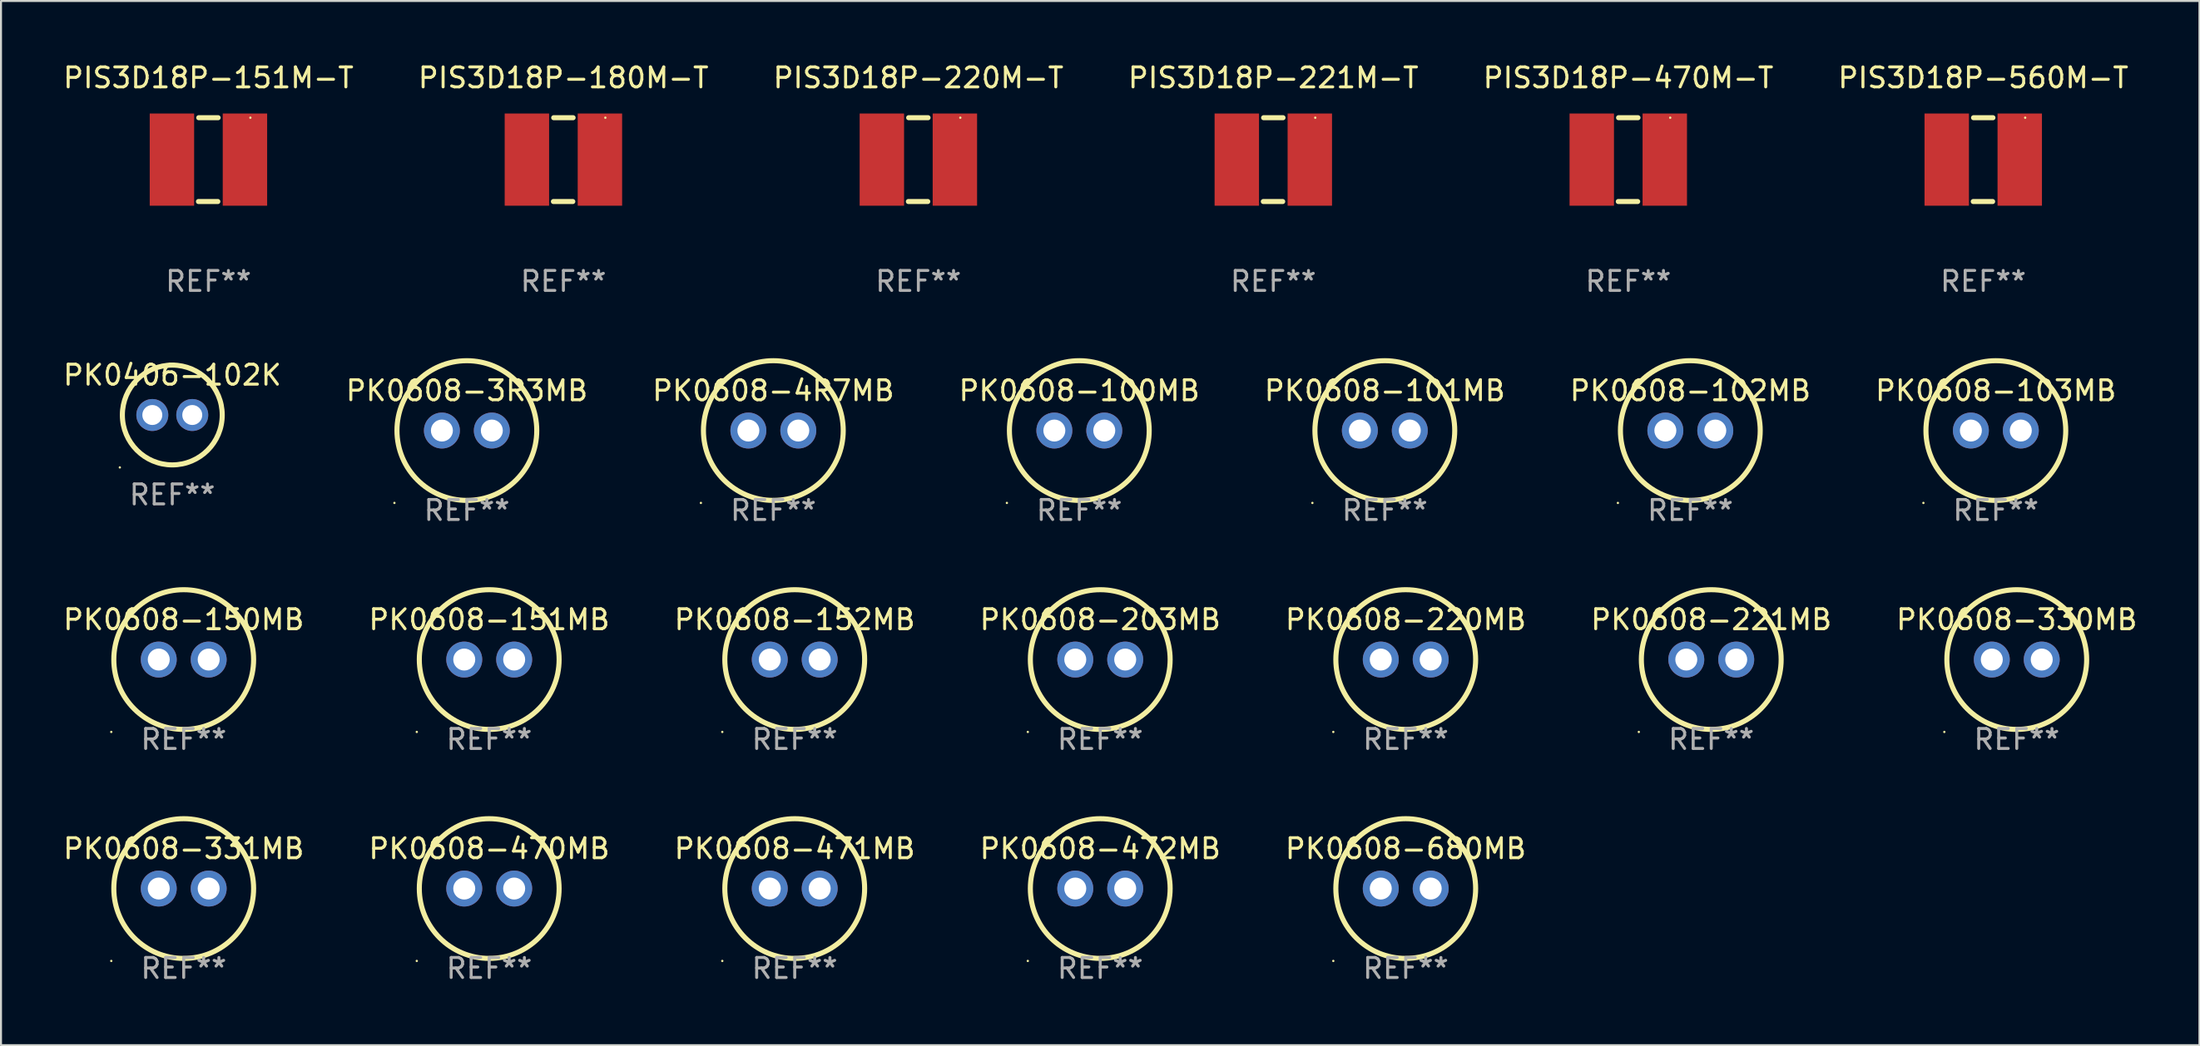
<source format=kicad_pcb>
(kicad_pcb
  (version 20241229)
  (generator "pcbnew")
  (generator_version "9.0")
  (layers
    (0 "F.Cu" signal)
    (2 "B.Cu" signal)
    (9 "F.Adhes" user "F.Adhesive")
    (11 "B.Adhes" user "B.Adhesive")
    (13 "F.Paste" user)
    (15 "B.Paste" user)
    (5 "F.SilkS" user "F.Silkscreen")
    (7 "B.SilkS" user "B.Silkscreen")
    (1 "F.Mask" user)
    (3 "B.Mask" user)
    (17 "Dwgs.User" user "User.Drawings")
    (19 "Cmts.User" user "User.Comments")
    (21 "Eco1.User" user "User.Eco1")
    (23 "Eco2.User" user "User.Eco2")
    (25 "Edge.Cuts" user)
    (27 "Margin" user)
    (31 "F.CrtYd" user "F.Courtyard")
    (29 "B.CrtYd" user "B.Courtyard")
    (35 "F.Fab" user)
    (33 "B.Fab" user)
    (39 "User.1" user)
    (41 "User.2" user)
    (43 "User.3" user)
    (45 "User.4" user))
  (footprint "PIS3D18P-180M-T"
    (layer "F.Cu")
    (at 25.161 4.948)
    (property "Reference" "PIS3D18P-180M-T" (at 0 -4.1 0) (layer "F.SilkS") (effects (font (size 1 1) (thickness 0.15))))
    (attr through_hole)
    (fp_line (start -0.5 2.1) (end 0.47 2.1) (stroke (width 0.254) (type solid)) (layer "F.SilkS"))
    (fp_line (start -0.485 -2.1) (end 0.485 -2.1) (stroke (width 0.254) (type solid)) (layer "F.SilkS"))
    (fp_circle (center 2.1 -2.1) (end 2.13 -2.1) (stroke (width 0.06) (type solid)) (fill no) (layer "F.SilkS"))
    (fp_text user "REF**" (at 0 6.1 0) (layer "F.Fab") (effects (font (size 1 1) (thickness 0.15))))
    (pad "1" smd rect (at 1.828 0) (size 2.224 4.62) (layers "F.Cu" "F.Mask" "F.Paste"))
    (pad "2" smd rect (at -1.828 0) (size 2.224 4.62) (layers "F.Cu" "F.Mask" "F.Paste")))
  (footprint "PK0608-103MB"
    (layer "F.Cu")
    (at 96.887 18.524)
    (property "Reference" "PK0608-103MB" (at 0 -2 0) (layer "F.SilkS") (effects (font (size 1 1) (thickness 0.15))))
    (attr through_hole)
    (fp_circle (center -3.627 3.627) (end -3.597 3.627) (stroke (width 0.06) (type solid)) (fill no) (layer "F.SilkS"))
    (fp_circle (center 0 0) (end 3.5 0) (stroke (width 0.254) (type solid)) (fill no) (layer "F.SilkS"))
    (fp_text user "REF**" (at 0 4 0) (layer "F.Fab") (effects (font (size 1 1) (thickness 0.15))))
    (pad "1" thru_hole circle (at -1.25 0) (size 1.8 1.8) (drill 1.1) (layers "*.Cu" "*.Mask"))
    (pad "2" thru_hole circle (at 1.25 0) (size 1.8 1.8) (drill 1.1) (layers "*.Cu" "*.Mask")))
  (footprint "PK0608-471MB"
    (layer "F.Cu")
    (at 36.744 41.474)
    (property "Reference" "PK0608-471MB" (at 0 -2 0) (layer "F.SilkS") (effects (font (size 1 1) (thickness 0.15))))
    (attr through_hole)
    (fp_circle (center -3.627 3.627) (end -3.597 3.627) (stroke (width 0.06) (type solid)) (fill no) (layer "F.SilkS"))
    (fp_circle (center 0 0) (end 3.5 0) (stroke (width 0.254) (type solid)) (fill no) (layer "F.SilkS"))
    (fp_text user "REF**" (at 0 4 0) (layer "F.Fab") (effects (font (size 1 1) (thickness 0.15))))
    (pad "1" thru_hole circle (at -1.25 0) (size 1.8 1.8) (drill 1.1) (layers "*.Cu" "*.Mask"))
    (pad "2" thru_hole circle (at 1.25 0) (size 1.8 1.8) (drill 1.1) (layers "*.Cu" "*.Mask")))
  (footprint "PK0608-221MB"
    (layer "F.Cu")
    (at 82.637 29.999)
    (property "Reference" "PK0608-221MB" (at 0 -2 0) (layer "F.SilkS") (effects (font (size 1 1) (thickness 0.15))))
    (attr through_hole)
    (fp_circle (center -3.627 3.627) (end -3.597 3.627) (stroke (width 0.06) (type solid)) (fill no) (layer "F.SilkS"))
    (fp_circle (center 0 0) (end 3.5 0) (stroke (width 0.254) (type solid)) (fill no) (layer "F.SilkS"))
    (fp_text user "REF**" (at 0 4 0) (layer "F.Fab") (effects (font (size 1 1) (thickness 0.15))))
    (pad "1" thru_hole circle (at -1.25 0) (size 1.8 1.8) (drill 1.1) (layers "*.Cu" "*.Mask"))
    (pad "2" thru_hole circle (at 1.25 0) (size 1.8 1.8) (drill 1.1) (layers "*.Cu" "*.Mask")))
  (footprint "PK0406-102K"
    (layer "F.Cu")
    (at 5.577 17.745)
    (property "Reference" "PK0406-102K" (at 0 -2 0) (layer "F.SilkS") (effects (font (size 1 1) (thickness 0.15))))
    (attr through_hole)
    (fp_circle (center -2.627 2.627) (end -2.597 2.627) (stroke (width 0.06) (type solid)) (fill no) (layer "F.SilkS"))
    (fp_circle (center 0 0) (end 2.5 0) (stroke (width 0.254) (type solid)) (fill no) (layer "F.SilkS"))
    (fp_text user "REF**" (at 0 4 0) (layer "F.Fab") (effects (font (size 1 1) (thickness 0.15))))
    (pad "1" thru_hole circle (at -1 0) (size 1.6 1.6) (drill 1) (layers "*.Cu" "*.Mask"))
    (pad "2" thru_hole circle (at 1 0) (size 1.6 1.6) (drill 1) (layers "*.Cu" "*.Mask")))
  (footprint "PK0608-4R7MB"
    (layer "F.Cu")
    (at 35.673 18.524)
    (property "Reference" "PK0608-4R7MB" (at 0 -2 0) (layer "F.SilkS") (effects (font (size 1 1) (thickness 0.15))))
    (attr through_hole)
    (fp_circle (center -3.627 3.627) (end -3.597 3.627) (stroke (width 0.06) (type solid)) (fill no) (layer "F.SilkS"))
    (fp_circle (center 0 0) (end 3.5 0) (stroke (width 0.254) (type solid)) (fill no) (layer "F.SilkS"))
    (fp_text user "REF**" (at 0 4 0) (layer "F.Fab") (effects (font (size 1 1) (thickness 0.15))))
    (pad "1" thru_hole circle (at -1.25 0) (size 1.8 1.8) (drill 1.1) (layers "*.Cu" "*.Mask"))
    (pad "2" thru_hole circle (at 1.25 0) (size 1.8 1.8) (drill 1.1) (layers "*.Cu" "*.Mask")))
  (footprint "PK0608-680MB"
    (layer "F.Cu")
    (at 67.339 41.474)
    (property "Reference" "PK0608-680MB" (at 0 -2 0) (layer "F.SilkS") (effects (font (size 1 1) (thickness 0.15))))
    (attr through_hole)
    (fp_circle (center -3.627 3.627) (end -3.597 3.627) (stroke (width 0.06) (type solid)) (fill no) (layer "F.SilkS"))
    (fp_circle (center 0 0) (end 3.5 0) (stroke (width 0.254) (type solid)) (fill no) (layer "F.SilkS"))
    (fp_text user "REF**" (at 0 4 0) (layer "F.Fab") (effects (font (size 1 1) (thickness 0.15))))
    (pad "1" thru_hole circle (at -1.25 0) (size 1.8 1.8) (drill 1.1) (layers "*.Cu" "*.Mask"))
    (pad "2" thru_hole circle (at 1.25 0) (size 1.8 1.8) (drill 1.1) (layers "*.Cu" "*.Mask")))
  (footprint "PK0608-151MB"
    (layer "F.Cu")
    (at 21.446 29.999)
    (property "Reference" "PK0608-151MB" (at 0 -2 0) (layer "F.SilkS") (effects (font (size 1 1) (thickness 0.15))))
    (attr through_hole)
    (fp_circle (center -3.627 3.627) (end -3.597 3.627) (stroke (width 0.06) (type solid)) (fill no) (layer "F.SilkS"))
    (fp_circle (center 0 0) (end 3.5 0) (stroke (width 0.254) (type solid)) (fill no) (layer "F.SilkS"))
    (fp_text user "REF**" (at 0 4 0) (layer "F.Fab") (effects (font (size 1 1) (thickness 0.15))))
    (pad "1" thru_hole circle (at -1.25 0) (size 1.8 1.8) (drill 1.1) (layers "*.Cu" "*.Mask"))
    (pad "2" thru_hole circle (at 1.25 0) (size 1.8 1.8) (drill 1.1) (layers "*.Cu" "*.Mask")))
  (footprint "PK0608-472MB"
    (layer "F.Cu")
    (at 52.042 41.474)
    (property "Reference" "PK0608-472MB" (at 0 -2 0) (layer "F.SilkS") (effects (font (size 1 1) (thickness 0.15))))
    (attr through_hole)
    (fp_circle (center -3.627 3.627) (end -3.597 3.627) (stroke (width 0.06) (type solid)) (fill no) (layer "F.SilkS"))
    (fp_circle (center 0 0) (end 3.5 0) (stroke (width 0.254) (type solid)) (fill no) (layer "F.SilkS"))
    (fp_text user "REF**" (at 0 4 0) (layer "F.Fab") (effects (font (size 1 1) (thickness 0.15))))
    (pad "1" thru_hole circle (at -1.25 0) (size 1.8 1.8) (drill 1.1) (layers "*.Cu" "*.Mask"))
    (pad "2" thru_hole circle (at 1.25 0) (size 1.8 1.8) (drill 1.1) (layers "*.Cu" "*.Mask")))
  (footprint "PK0608-152MB"
    (layer "F.Cu")
    (at 36.744 29.999)
    (property "Reference" "PK0608-152MB" (at 0 -2 0) (layer "F.SilkS") (effects (font (size 1 1) (thickness 0.15))))
    (attr through_hole)
    (fp_circle (center -3.627 3.627) (end -3.597 3.627) (stroke (width 0.06) (type solid)) (fill no) (layer "F.SilkS"))
    (fp_circle (center 0 0) (end 3.5 0) (stroke (width 0.254) (type solid)) (fill no) (layer "F.SilkS"))
    (fp_text user "REF**" (at 0 4 0) (layer "F.Fab") (effects (font (size 1 1) (thickness 0.15))))
    (pad "1" thru_hole circle (at -1.25 0) (size 1.8 1.8) (drill 1.1) (layers "*.Cu" "*.Mask"))
    (pad "2" thru_hole circle (at 1.25 0) (size 1.8 1.8) (drill 1.1) (layers "*.Cu" "*.Mask")))
  (footprint "PIS3D18P-220M-T"
    (layer "F.Cu")
    (at 42.935 4.948)
    (property "Reference" "PIS3D18P-220M-T" (at 0 -4.1 0) (layer "F.SilkS") (effects (font (size 1 1) (thickness 0.15))))
    (attr through_hole)
    (fp_line (start -0.5 2.1) (end 0.47 2.1) (stroke (width 0.254) (type solid)) (layer "F.SilkS"))
    (fp_line (start -0.485 -2.1) (end 0.485 -2.1) (stroke (width 0.254) (type solid)) (layer "F.SilkS"))
    (fp_circle (center 2.1 -2.1) (end 2.13 -2.1) (stroke (width 0.06) (type solid)) (fill no) (layer "F.SilkS"))
    (fp_text user "REF**" (at 0 6.1 0) (layer "F.Fab") (effects (font (size 1 1) (thickness 0.15))))
    (pad "1" smd rect (at 1.828 0) (size 2.224 4.62) (layers "F.Cu" "F.Mask" "F.Paste"))
    (pad "2" smd rect (at -1.828 0) (size 2.224 4.62) (layers "F.Cu" "F.Mask" "F.Paste")))
  (footprint "PK0608-470MB"
    (layer "F.Cu")
    (at 21.446 41.474)
    (property "Reference" "PK0608-470MB" (at 0 -2 0) (layer "F.SilkS") (effects (font (size 1 1) (thickness 0.15))))
    (attr through_hole)
    (fp_circle (center -3.627 3.627) (end -3.597 3.627) (stroke (width 0.06) (type solid)) (fill no) (layer "F.SilkS"))
    (fp_circle (center 0 0) (end 3.5 0) (stroke (width 0.254) (type solid)) (fill no) (layer "F.SilkS"))
    (fp_text user "REF**" (at 0 4 0) (layer "F.Fab") (effects (font (size 1 1) (thickness 0.15))))
    (pad "1" thru_hole circle (at -1.25 0) (size 1.8 1.8) (drill 1.1) (layers "*.Cu" "*.Mask"))
    (pad "2" thru_hole circle (at 1.25 0) (size 1.8 1.8) (drill 1.1) (layers "*.Cu" "*.Mask")))
  (footprint "PIS3D18P-470M-T"
    (layer "F.Cu")
    (at 78.482 4.948)
    (property "Reference" "PIS3D18P-470M-T" (at 0 -4.1 0) (layer "F.SilkS") (effects (font (size 1 1) (thickness 0.15))))
    (attr through_hole)
    (fp_line (start -0.5 2.1) (end 0.47 2.1) (stroke (width 0.254) (type solid)) (layer "F.SilkS"))
    (fp_line (start -0.485 -2.1) (end 0.485 -2.1) (stroke (width 0.254) (type solid)) (layer "F.SilkS"))
    (fp_circle (center 2.1 -2.1) (end 2.13 -2.1) (stroke (width 0.06) (type solid)) (fill no) (layer "F.SilkS"))
    (fp_text user "REF**" (at 0 6.1 0) (layer "F.Fab") (effects (font (size 1 1) (thickness 0.15))))
    (pad "1" smd rect (at 1.828 0) (size 2.224 4.62) (layers "F.Cu" "F.Mask" "F.Paste"))
    (pad "2" smd rect (at -1.828 0) (size 2.224 4.62) (layers "F.Cu" "F.Mask" "F.Paste")))
  (footprint "PK0608-102MB"
    (layer "F.Cu")
    (at 81.589 18.524)
    (property "Reference" "PK0608-102MB" (at 0 -2 0) (layer "F.SilkS") (effects (font (size 1 1) (thickness 0.15))))
    (attr through_hole)
    (fp_circle (center -3.627 3.627) (end -3.597 3.627) (stroke (width 0.06) (type solid)) (fill no) (layer "F.SilkS"))
    (fp_circle (center 0 0) (end 3.5 0) (stroke (width 0.254) (type solid)) (fill no) (layer "F.SilkS"))
    (fp_text user "REF**" (at 0 4 0) (layer "F.Fab") (effects (font (size 1 1) (thickness 0.15))))
    (pad "1" thru_hole circle (at -1.25 0) (size 1.8 1.8) (drill 1.1) (layers "*.Cu" "*.Mask"))
    (pad "2" thru_hole circle (at 1.25 0) (size 1.8 1.8) (drill 1.1) (layers "*.Cu" "*.Mask")))
  (footprint "PK0608-150MB"
    (layer "F.Cu")
    (at 6.149 29.999)
    (property "Reference" "PK0608-150MB" (at 0 -2 0) (layer "F.SilkS") (effects (font (size 1 1) (thickness 0.15))))
    (attr through_hole)
    (fp_circle (center -3.627 3.627) (end -3.597 3.627) (stroke (width 0.06) (type solid)) (fill no) (layer "F.SilkS"))
    (fp_circle (center 0 0) (end 3.5 0) (stroke (width 0.254) (type solid)) (fill no) (layer "F.SilkS"))
    (fp_text user "REF**" (at 0 4 0) (layer "F.Fab") (effects (font (size 1 1) (thickness 0.15))))
    (pad "1" thru_hole circle (at -1.25 0) (size 1.8 1.8) (drill 1.1) (layers "*.Cu" "*.Mask"))
    (pad "2" thru_hole circle (at 1.25 0) (size 1.8 1.8) (drill 1.1) (layers "*.Cu" "*.Mask")))
  (footprint "PK0608-331MB"
    (layer "F.Cu")
    (at 6.149 41.474)
    (property "Reference" "PK0608-331MB" (at 0 -2 0) (layer "F.SilkS") (effects (font (size 1 1) (thickness 0.15))))
    (attr through_hole)
    (fp_circle (center -3.627 3.627) (end -3.597 3.627) (stroke (width 0.06) (type solid)) (fill no) (layer "F.SilkS"))
    (fp_circle (center 0 0) (end 3.5 0) (stroke (width 0.254) (type solid)) (fill no) (layer "F.SilkS"))
    (fp_text user "REF**" (at 0 4 0) (layer "F.Fab") (effects (font (size 1 1) (thickness 0.15))))
    (pad "1" thru_hole circle (at -1.25 0) (size 1.8 1.8) (drill 1.1) (layers "*.Cu" "*.Mask"))
    (pad "2" thru_hole circle (at 1.25 0) (size 1.8 1.8) (drill 1.1) (layers "*.Cu" "*.Mask")))
  (footprint "PIS3D18P-151M-T"
    (layer "F.Cu")
    (at 7.387 4.948)
    (property "Reference" "PIS3D18P-151M-T" (at 0 -4.1 0) (layer "F.SilkS") (effects (font (size 1 1) (thickness 0.15))))
    (attr through_hole)
    (fp_line (start -0.5 2.1) (end 0.47 2.1) (stroke (width 0.254) (type solid)) (layer "F.SilkS"))
    (fp_line (start -0.485 -2.1) (end 0.485 -2.1) (stroke (width 0.254) (type solid)) (layer "F.SilkS"))
    (fp_circle (center 2.1 -2.1) (end 2.13 -2.1) (stroke (width 0.06) (type solid)) (fill no) (layer "F.SilkS"))
    (fp_text user "REF**" (at 0 6.1 0) (layer "F.Fab") (effects (font (size 1 1) (thickness 0.15))))
    (pad "1" smd rect (at 1.828 0) (size 2.224 4.62) (layers "F.Cu" "F.Mask" "F.Paste"))
    (pad "2" smd rect (at -1.828 0) (size 2.224 4.62) (layers "F.Cu" "F.Mask" "F.Paste")))
  (footprint "PK0608-330MB"
    (layer "F.Cu")
    (at 97.935 29.999)
    (property "Reference" "PK0608-330MB" (at 0 -2 0) (layer "F.SilkS") (effects (font (size 1 1) (thickness 0.15))))
    (attr through_hole)
    (fp_circle (center -3.627 3.627) (end -3.597 3.627) (stroke (width 0.06) (type solid)) (fill no) (layer "F.SilkS"))
    (fp_circle (center 0 0) (end 3.5 0) (stroke (width 0.254) (type solid)) (fill no) (layer "F.SilkS"))
    (fp_text user "REF**" (at 0 4 0) (layer "F.Fab") (effects (font (size 1 1) (thickness 0.15))))
    (pad "1" thru_hole circle (at -1.25 0) (size 1.8 1.8) (drill 1.1) (layers "*.Cu" "*.Mask"))
    (pad "2" thru_hole circle (at 1.25 0) (size 1.8 1.8) (drill 1.1) (layers "*.Cu" "*.Mask")))
  (footprint "PK0608-220MB"
    (layer "F.Cu")
    (at 67.339 29.999)
    (property "Reference" "PK0608-220MB" (at 0 -2 0) (layer "F.SilkS") (effects (font (size 1 1) (thickness 0.15))))
    (attr through_hole)
    (fp_circle (center -3.627 3.627) (end -3.597 3.627) (stroke (width 0.06) (type solid)) (fill no) (layer "F.SilkS"))
    (fp_circle (center 0 0) (end 3.5 0) (stroke (width 0.254) (type solid)) (fill no) (layer "F.SilkS"))
    (fp_text user "REF**" (at 0 4 0) (layer "F.Fab") (effects (font (size 1 1) (thickness 0.15))))
    (pad "1" thru_hole circle (at -1.25 0) (size 1.8 1.8) (drill 1.1) (layers "*.Cu" "*.Mask"))
    (pad "2" thru_hole circle (at 1.25 0) (size 1.8 1.8) (drill 1.1) (layers "*.Cu" "*.Mask")))
  (footprint "PK0608-3R3MB"
    (layer "F.Cu")
    (at 20.327 18.524)
    (property "Reference" "PK0608-3R3MB" (at 0 -2 0) (layer "F.SilkS") (effects (font (size 1 1) (thickness 0.15))))
    (attr through_hole)
    (fp_circle (center -3.627 3.627) (end -3.597 3.627) (stroke (width 0.06) (type solid)) (fill no) (layer "F.SilkS"))
    (fp_circle (center 0 0) (end 3.5 0) (stroke (width 0.254) (type solid)) (fill no) (layer "F.SilkS"))
    (fp_text user "REF**" (at 0 4 0) (layer "F.Fab") (effects (font (size 1 1) (thickness 0.15))))
    (pad "1" thru_hole circle (at -1.25 0) (size 1.8 1.8) (drill 1.1) (layers "*.Cu" "*.Mask"))
    (pad "2" thru_hole circle (at 1.25 0) (size 1.8 1.8) (drill 1.1) (layers "*.Cu" "*.Mask")))
  (footprint "PK0608-203MB"
    (layer "F.Cu")
    (at 52.042 29.999)
    (property "Reference" "PK0608-203MB" (at 0 -2 0) (layer "F.SilkS") (effects (font (size 1 1) (thickness 0.15))))
    (attr through_hole)
    (fp_circle (center -3.627 3.627) (end -3.597 3.627) (stroke (width 0.06) (type solid)) (fill no) (layer "F.SilkS"))
    (fp_circle (center 0 0) (end 3.5 0) (stroke (width 0.254) (type solid)) (fill no) (layer "F.SilkS"))
    (fp_text user "REF**" (at 0 4 0) (layer "F.Fab") (effects (font (size 1 1) (thickness 0.15))))
    (pad "1" thru_hole circle (at -1.25 0) (size 1.8 1.8) (drill 1.1) (layers "*.Cu" "*.Mask"))
    (pad "2" thru_hole circle (at 1.25 0) (size 1.8 1.8) (drill 1.1) (layers "*.Cu" "*.Mask")))
  (footprint "PIS3D18P-560M-T"
    (layer "F.Cu")
    (at 96.256 4.948)
    (property "Reference" "PIS3D18P-560M-T" (at 0 -4.1 0) (layer "F.SilkS") (effects (font (size 1 1) (thickness 0.15))))
    (attr through_hole)
    (fp_line (start -0.5 2.1) (end 0.47 2.1) (stroke (width 0.254) (type solid)) (layer "F.SilkS"))
    (fp_line (start -0.485 -2.1) (end 0.485 -2.1) (stroke (width 0.254) (type solid)) (layer "F.SilkS"))
    (fp_circle (center 2.1 -2.1) (end 2.13 -2.1) (stroke (width 0.06) (type solid)) (fill no) (layer "F.SilkS"))
    (fp_text user "REF**" (at 0 6.1 0) (layer "F.Fab") (effects (font (size 1 1) (thickness 0.15))))
    (pad "1" smd rect (at 1.828 0) (size 2.224 4.62) (layers "F.Cu" "F.Mask" "F.Paste"))
    (pad "2" smd rect (at -1.828 0) (size 2.224 4.62) (layers "F.Cu" "F.Mask" "F.Paste")))
  (footprint "PK0608-101MB"
    (layer "F.Cu")
    (at 66.292 18.524)
    (property "Reference" "PK0608-101MB" (at 0 -2 0) (layer "F.SilkS") (effects (font (size 1 1) (thickness 0.15))))
    (attr through_hole)
    (fp_circle (center -3.627 3.627) (end -3.597 3.627) (stroke (width 0.06) (type solid)) (fill no) (layer "F.SilkS"))
    (fp_circle (center 0 0) (end 3.5 0) (stroke (width 0.254) (type solid)) (fill no) (layer "F.SilkS"))
    (fp_text user "REF**" (at 0 4 0) (layer "F.Fab") (effects (font (size 1 1) (thickness 0.15))))
    (pad "1" thru_hole circle (at -1.25 0) (size 1.8 1.8) (drill 1.1) (layers "*.Cu" "*.Mask"))
    (pad "2" thru_hole circle (at 1.25 0) (size 1.8 1.8) (drill 1.1) (layers "*.Cu" "*.Mask")))
  (footprint "PIS3D18P-221M-T"
    (layer "F.Cu")
    (at 60.708 4.948)
    (property "Reference" "PIS3D18P-221M-T" (at 0 -4.1 0) (layer "F.SilkS") (effects (font (size 1 1) (thickness 0.15))))
    (attr through_hole)
    (fp_line (start -0.5 2.1) (end 0.47 2.1) (stroke (width 0.254) (type solid)) (layer "F.SilkS"))
    (fp_line (start -0.485 -2.1) (end 0.485 -2.1) (stroke (width 0.254) (type solid)) (layer "F.SilkS"))
    (fp_circle (center 2.1 -2.1) (end 2.13 -2.1) (stroke (width 0.06) (type solid)) (fill no) (layer "F.SilkS"))
    (fp_text user "REF**" (at 0 6.1 0) (layer "F.Fab") (effects (font (size 1 1) (thickness 0.15))))
    (pad "1" smd rect (at 1.828 0) (size 2.224 4.62) (layers "F.Cu" "F.Mask" "F.Paste"))
    (pad "2" smd rect (at -1.828 0) (size 2.224 4.62) (layers "F.Cu" "F.Mask" "F.Paste")))
  (footprint "PK0608-100MB"
    (layer "F.Cu")
    (at 50.994 18.524)
    (property "Reference" "PK0608-100MB" (at 0 -2 0) (layer "F.SilkS") (effects (font (size 1 1) (thickness 0.15))))
    (attr through_hole)
    (fp_circle (center -3.627 3.627) (end -3.597 3.627) (stroke (width 0.06) (type solid)) (fill no) (layer "F.SilkS"))
    (fp_circle (center 0 0) (end 3.5 0) (stroke (width 0.254) (type solid)) (fill no) (layer "F.SilkS"))
    (fp_text user "REF**" (at 0 4 0) (layer "F.Fab") (effects (font (size 1 1) (thickness 0.15))))
    (pad "1" thru_hole circle (at -1.25 0) (size 1.8 1.8) (drill 1.1) (layers "*.Cu" "*.Mask"))
    (pad "2" thru_hole circle (at 1.25 0) (size 1.8 1.8) (drill 1.1) (layers "*.Cu" "*.Mask")))
  (gr_rect
    (start -3 -3)
    (end 107.083 49.323)
    (stroke (width 0.1) (type default))
    (fill no)
    (layer "Edge.Cuts")))
</source>
